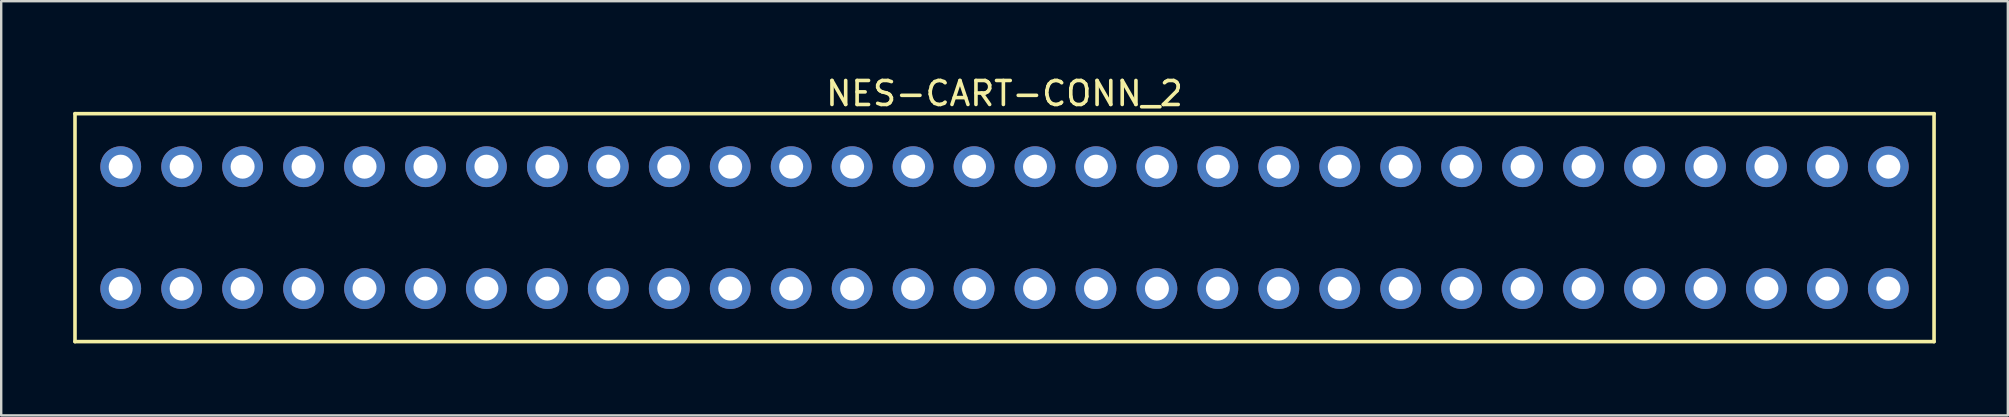
<source format=kicad_pcb>
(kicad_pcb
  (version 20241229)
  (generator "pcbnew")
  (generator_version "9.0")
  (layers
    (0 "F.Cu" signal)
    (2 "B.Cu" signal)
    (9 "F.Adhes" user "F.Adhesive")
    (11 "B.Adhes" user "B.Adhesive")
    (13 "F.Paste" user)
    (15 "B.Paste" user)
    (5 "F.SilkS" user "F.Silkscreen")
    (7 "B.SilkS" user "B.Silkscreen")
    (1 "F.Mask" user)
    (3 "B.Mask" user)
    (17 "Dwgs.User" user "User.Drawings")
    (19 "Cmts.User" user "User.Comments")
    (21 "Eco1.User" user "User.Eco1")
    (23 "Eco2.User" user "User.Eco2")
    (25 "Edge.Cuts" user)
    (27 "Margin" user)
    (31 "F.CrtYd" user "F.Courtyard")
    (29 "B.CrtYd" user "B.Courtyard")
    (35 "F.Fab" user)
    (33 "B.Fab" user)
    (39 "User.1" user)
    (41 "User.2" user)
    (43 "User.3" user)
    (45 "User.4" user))
  (footprint "NES-CART-CONN_2"
    (layer "F.Cu")
    (at 38.81 6.436)
    (property "Reference" "NES-CART-CONN_2" (at 0 -5.588 0) (layer "F.SilkS") (effects (font (size 1 1) (thickness 0.15))))
    (attr through_hole)
    (fp_line (start -38.735 -4.75) (end -38.735 4.75) (stroke (width 0.15) (type solid)) (layer "F.SilkS"))
    (fp_line (start -38.735 4.75) (end 38.735 4.75) (stroke (width 0.15) (type solid)) (layer "F.SilkS"))
    (fp_line (start 38.735 -4.75) (end -38.735 -4.75) (stroke (width 0.15) (type solid)) (layer "F.SilkS"))
    (fp_line (start 38.735 4.75) (end 38.735 -4.75) (stroke (width 0.15) (type solid)) (layer "F.SilkS"))
    (pad "1" thru_hole circle (at -36.83 2.54) (size 1.7 1.7) (drill 1) (layers "*.Cu" "*.Mask"))
    (pad "2" thru_hole circle (at -34.29 2.54) (size 1.7 1.7) (drill 1) (layers "*.Cu" "*.Mask"))
    (pad "3" thru_hole circle (at -31.75 2.54) (size 1.7 1.7) (drill 1) (layers "*.Cu" "*.Mask"))
    (pad "4" thru_hole circle (at -29.21 2.54) (size 1.7 1.7) (drill 1) (layers "*.Cu" "*.Mask"))
    (pad "5" thru_hole circle (at -26.67 2.54) (size 1.7 1.7) (drill 1) (layers "*.Cu" "*.Mask"))
    (pad "6" thru_hole circle (at -24.13 2.54) (size 1.7 1.7) (drill 1) (layers "*.Cu" "*.Mask"))
    (pad "7" thru_hole circle (at -21.59 2.54) (size 1.7 1.7) (drill 1) (layers "*.Cu" "*.Mask"))
    (pad "8" thru_hole circle (at -19.05 2.54) (size 1.7 1.7) (drill 1) (layers "*.Cu" "*.Mask"))
    (pad "9" thru_hole circle (at -16.51 2.54) (size 1.7 1.7) (drill 1) (layers "*.Cu" "*.Mask"))
    (pad "10" thru_hole circle (at -13.97 2.54) (size 1.7 1.7) (drill 1) (layers "*.Cu" "*.Mask"))
    (pad "11" thru_hole circle (at -11.43 2.54) (size 1.7 1.7) (drill 1) (layers "*.Cu" "*.Mask"))
    (pad "12" thru_hole circle (at -8.89 2.54) (size 1.7 1.7) (drill 1) (layers "*.Cu" "*.Mask"))
    (pad "13" thru_hole circle (at -6.35 2.54) (size 1.7 1.7) (drill 1) (layers "*.Cu" "*.Mask"))
    (pad "14" thru_hole circle (at -3.81 2.54) (size 1.7 1.7) (drill 1) (layers "*.Cu" "*.Mask"))
    (pad "15" thru_hole circle (at -1.27 2.54) (size 1.7 1.7) (drill 1) (layers "*.Cu" "*.Mask"))
    (pad "16" thru_hole circle (at 1.27 2.54) (size 1.7 1.7) (drill 1) (layers "*.Cu" "*.Mask"))
    (pad "17" thru_hole circle (at 3.81 2.54) (size 1.7 1.7) (drill 1) (layers "*.Cu" "*.Mask"))
    (pad "18" thru_hole circle (at 6.35 2.54) (size 1.7 1.7) (drill 1) (layers "*.Cu" "*.Mask"))
    (pad "19" thru_hole circle (at 8.89 2.54) (size 1.7 1.7) (drill 1) (layers "*.Cu" "*.Mask"))
    (pad "20" thru_hole circle (at 11.43 2.54) (size 1.7 1.7) (drill 1) (layers "*.Cu" "*.Mask"))
    (pad "21" thru_hole circle (at 13.97 2.54) (size 1.7 1.7) (drill 1) (layers "*.Cu" "*.Mask"))
    (pad "22" thru_hole circle (at 16.51 2.54) (size 1.7 1.7) (drill 1) (layers "*.Cu" "*.Mask"))
    (pad "23" thru_hole circle (at 19.05 2.54) (size 1.7 1.7) (drill 1) (layers "*.Cu" "*.Mask"))
    (pad "24" thru_hole circle (at 21.59 2.54) (size 1.7 1.7) (drill 1) (layers "*.Cu" "*.Mask"))
    (pad "25" thru_hole circle (at 24.13 2.54) (size 1.7 1.7) (drill 1) (layers "*.Cu" "*.Mask"))
    (pad "26" thru_hole circle (at 26.67 2.54) (size 1.7 1.7) (drill 1) (layers "*.Cu" "*.Mask"))
    (pad "27" thru_hole circle (at 29.21 2.54) (size 1.7 1.7) (drill 1) (layers "*.Cu" "*.Mask"))
    (pad "28" thru_hole circle (at 31.75 2.54) (size 1.7 1.7) (drill 1) (layers "*.Cu" "*.Mask"))
    (pad "29" thru_hole circle (at 34.29 2.54) (size 1.7 1.7) (drill 1) (layers "*.Cu" "*.Mask"))
    (pad "30" thru_hole circle (at 36.83 2.54) (size 1.7 1.7) (drill 1) (layers "*.Cu" "*.Mask"))
    (pad "31" thru_hole circle (at -36.83 -2.54) (size 1.7 1.7) (drill 1) (layers "*.Cu" "*.Mask"))
    (pad "32" thru_hole circle (at -34.29 -2.54) (size 1.7 1.7) (drill 1) (layers "*.Cu" "*.Mask"))
    (pad "33" thru_hole circle (at -31.75 -2.54) (size 1.7 1.7) (drill 1) (layers "*.Cu" "*.Mask"))
    (pad "34" thru_hole circle (at -29.21 -2.54) (size 1.7 1.7) (drill 1) (layers "*.Cu" "*.Mask"))
    (pad "35" thru_hole circle (at -26.67 -2.54) (size 1.7 1.7) (drill 1) (layers "*.Cu" "*.Mask"))
    (pad "36" thru_hole circle (at -24.13 -2.54) (size 1.7 1.7) (drill 1) (layers "*.Cu" "*.Mask"))
    (pad "37" thru_hole circle (at -21.59 -2.54) (size 1.7 1.7) (drill 1) (layers "*.Cu" "*.Mask"))
    (pad "38" thru_hole circle (at -19.05 -2.54) (size 1.7 1.7) (drill 1) (layers "*.Cu" "*.Mask"))
    (pad "39" thru_hole circle (at -16.51 -2.54) (size 1.7 1.7) (drill 1) (layers "*.Cu" "*.Mask"))
    (pad "40" thru_hole circle (at -13.97 -2.54) (size 1.7 1.7) (drill 1) (layers "*.Cu" "*.Mask"))
    (pad "41" thru_hole circle (at -11.43 -2.54) (size 1.7 1.7) (drill 1) (layers "*.Cu" "*.Mask"))
    (pad "42" thru_hole circle (at -8.89 -2.54) (size 1.7 1.7) (drill 1) (layers "*.Cu" "*.Mask"))
    (pad "43" thru_hole circle (at -6.35 -2.54) (size 1.7 1.7) (drill 1) (layers "*.Cu" "*.Mask"))
    (pad "44" thru_hole circle (at -3.81 -2.54) (size 1.7 1.7) (drill 1) (layers "*.Cu" "*.Mask"))
    (pad "45" thru_hole circle (at -1.27 -2.54) (size 1.7 1.7) (drill 1) (layers "*.Cu" "*.Mask"))
    (pad "46" thru_hole circle (at 1.27 -2.54) (size 1.7 1.7) (drill 1) (layers "*.Cu" "*.Mask"))
    (pad "47" thru_hole circle (at 3.81 -2.54) (size 1.7 1.7) (drill 1) (layers "*.Cu" "*.Mask"))
    (pad "48" thru_hole circle (at 6.35 -2.54) (size 1.7 1.7) (drill 1) (layers "*.Cu" "*.Mask"))
    (pad "49" thru_hole circle (at 8.89 -2.54) (size 1.7 1.7) (drill 1) (layers "*.Cu" "*.Mask"))
    (pad "50" thru_hole circle (at 11.43 -2.54) (size 1.7 1.7) (drill 1) (layers "*.Cu" "*.Mask"))
    (pad "51" thru_hole circle (at 13.97 -2.54) (size 1.7 1.7) (drill 1) (layers "*.Cu" "*.Mask"))
    (pad "52" thru_hole circle (at 16.51 -2.54) (size 1.7 1.7) (drill 1) (layers "*.Cu" "*.Mask"))
    (pad "53" thru_hole circle (at 19.05 -2.54) (size 1.7 1.7) (drill 1) (layers "*.Cu" "*.Mask"))
    (pad "54" thru_hole circle (at 21.59 -2.54) (size 1.7 1.7) (drill 1) (layers "*.Cu" "*.Mask"))
    (pad "55" thru_hole circle (at 24.13 -2.54) (size 1.7 1.7) (drill 1) (layers "*.Cu" "*.Mask"))
    (pad "56" thru_hole circle (at 26.67 -2.54) (size 1.7 1.7) (drill 1) (layers "*.Cu" "*.Mask"))
    (pad "57" thru_hole circle (at 29.21 -2.54) (size 1.7 1.7) (drill 1) (layers "*.Cu" "*.Mask"))
    (pad "58" thru_hole circle (at 31.75 -2.54) (size 1.7 1.7) (drill 1) (layers "*.Cu" "*.Mask"))
    (pad "59" thru_hole circle (at 34.29 -2.54) (size 1.7 1.7) (drill 1) (layers "*.Cu" "*.Mask"))
    (pad "60" thru_hole circle (at 36.83 -2.54) (size 1.7 1.7) (drill 1) (layers "*.Cu" "*.Mask")))
  (gr_rect
    (start -3 -3)
    (end 80.62 14.261)
    (stroke (width 0.1) (type default))
    (fill no)
    (layer "Edge.Cuts")))
</source>
